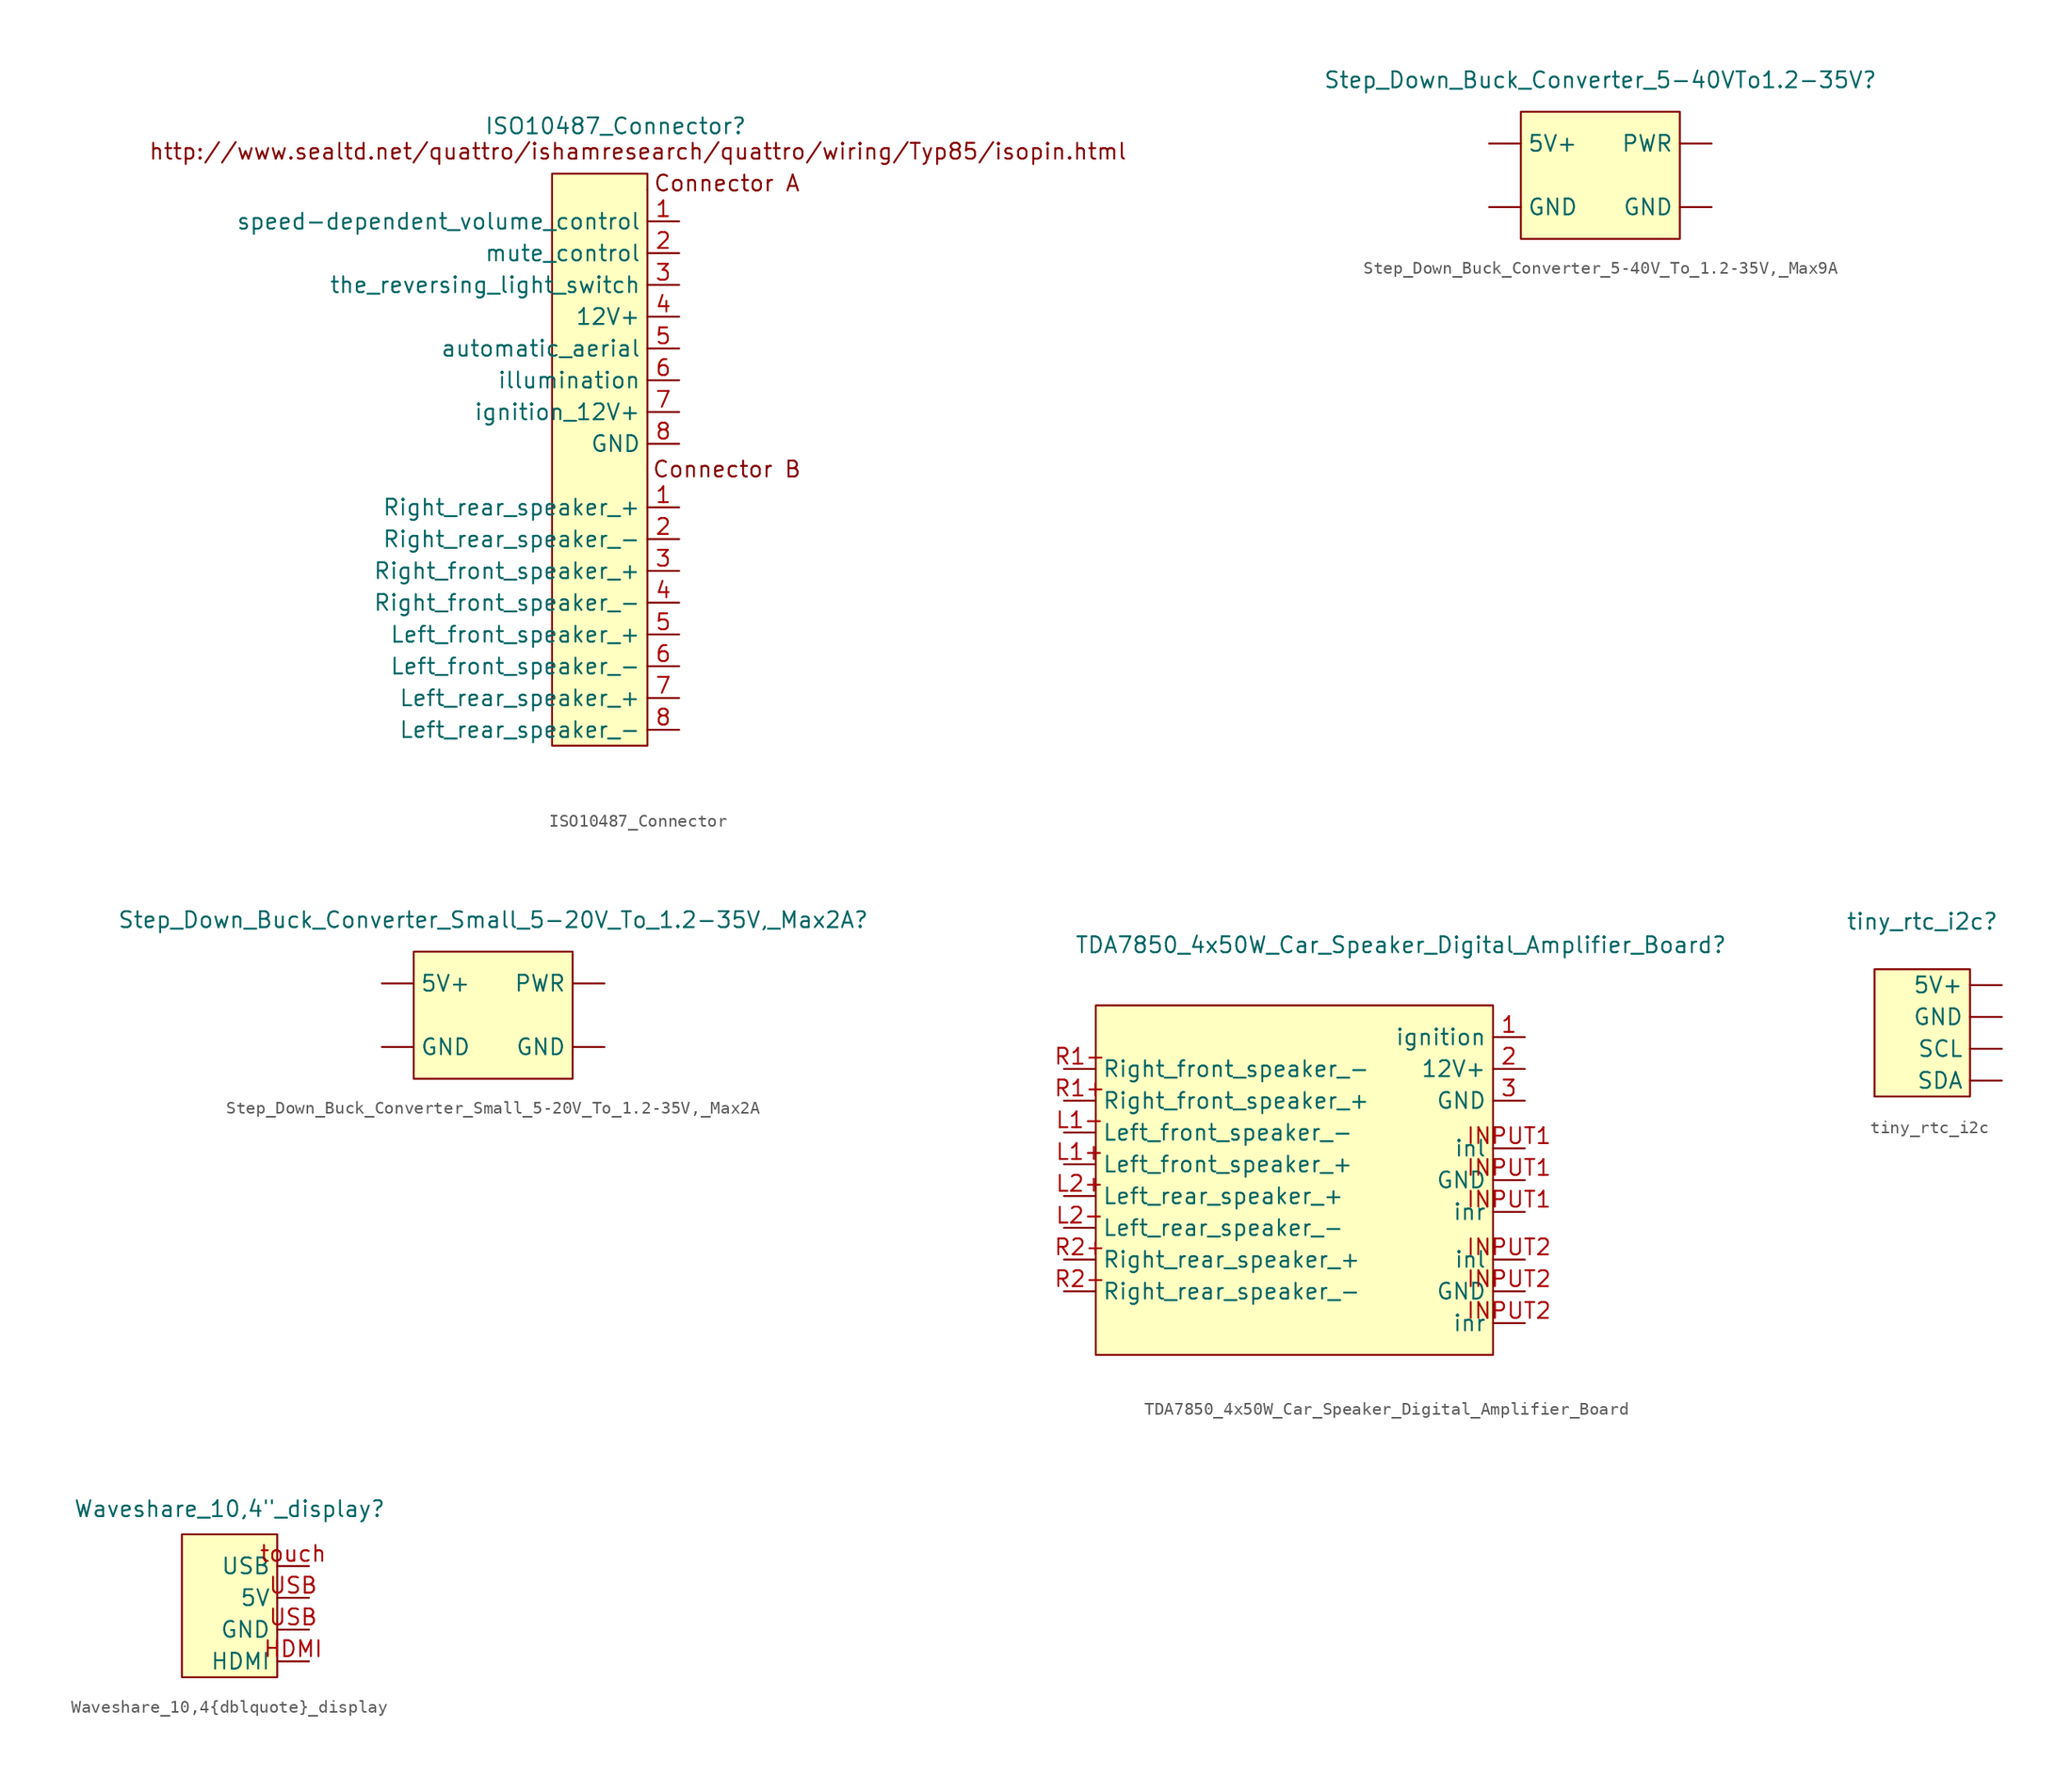
<source format=kicad_sym>
(kicad_symbol_lib
  (version 20231120)
  (generator "kicad_symbol_editor")
  (generator_version "8.0")
  (symbol "ISO10487_Connector"
    (property "Reference" "ISO10487_Connector"
      (at 0 8.89 0)
      (effects (font (size 1.27 1.27))))
    (property "Value" ""
      (at 0 0 0)
      (effects (font (size 1.27 1.27))))
    (symbol "ISO10487_Connector_0_1"
      (rectangle (start 2.54 3.81) (end 2.54 3.81) (stroke (width 0) (type default)) (fill (type none))))
    (symbol "ISO10487_Connector_1_1"
      (rectangle (start -5.08 5.08) (end 2.54 -40.64) (stroke (width 0) (type default)) (fill (type background)))
      (text "Connector A" (at 8.89 4.318 0) (effects (font (size 1.27 1.27))))
      (text "Connector B" (at 8.89 -18.542 0) (effects (font (size 1.27 1.27))))
      (text "http://www.sealtd.net/quattro/ishamresearch/quattro/wiring/Typ85/isopin.html" (at 1.778 6.858 0) (effects (font (size 1.27 1.27))))
      (pin output line (at 5.08 -21.59 180) (length 2.54) (name "Right_rear_speaker_+" (effects (font (size 1.27 1.27)))) (number "1" (effects (font (size 1.27 1.27)))))
      (pin input line (at 5.08 1.27 180) (length 2.54) (name "speed-dependent_volume_control" (effects (font (size 1.27 1.27)))) (number "1" (effects (font (size 1.27 1.27)))))
      (pin output line (at 5.08 -24.13 180) (length 2.54) (name "Right_rear_speaker_-" (effects (font (size 1.27 1.27)))) (number "2" (effects (font (size 1.27 1.27)))))
      (pin input line (at 5.08 -1.27 180) (length 2.54) (name "mute_control" (effects (font (size 1.27 1.27)))) (number "2" (effects (font (size 1.27 1.27)))))
      (pin output line (at 5.08 -26.67 180) (length 2.54) (name "Right_front_speaker_+" (effects (font (size 1.27 1.27)))) (number "3" (effects (font (size 1.27 1.27)))))
      (pin input line (at 5.08 -3.81 180) (length 2.54) (name "the_reversing_light_switch" (effects (font (size 1.27 1.27)))) (number "3" (effects (font (size 1.27 1.27)))))
      (pin power_in line (at 5.08 -6.35 180) (length 2.54) (name "12V+" (effects (font (size 1.27 1.27)))) (number "4" (effects (font (size 1.27 1.27)))))
      (pin output line (at 5.08 -29.21 180) (length 2.54) (name "Right_front_speaker_-" (effects (font (size 1.27 1.27)))) (number "4" (effects (font (size 1.27 1.27)))))
      (pin output line (at 5.08 -31.75 180) (length 2.54) (name "Left_front_speaker_+" (effects (font (size 1.27 1.27)))) (number "5" (effects (font (size 1.27 1.27)))))
      (pin output line (at 5.08 -8.89 180) (length 2.54) (name "automatic_aerial" (effects (font (size 1.27 1.27)))) (number "5" (effects (font (size 1.27 1.27)))))
      (pin output line (at 5.08 -34.29 180) (length 2.54) (name "Left_front_speaker_-" (effects (font (size 1.27 1.27)))) (number "6" (effects (font (size 1.27 1.27)))))
      (pin input line (at 5.08 -11.43 180) (length 2.54) (name "illumination" (effects (font (size 1.27 1.27)))) (number "6" (effects (font (size 1.27 1.27)))))
      (pin output line (at 5.08 -36.83 180) (length 2.54) (name "Left_rear_speaker_+" (effects (font (size 1.27 1.27)))) (number "7" (effects (font (size 1.27 1.27)))))
      (pin power_in line (at 5.08 -13.97 180) (length 2.54) (name "ignition_12V+" (effects (font (size 1.27 1.27)))) (number "7" (effects (font (size 1.27 1.27)))))
      (pin power_in line (at 5.08 -16.51 180) (length 2.54) (name "GND" (effects (font (size 1.27 1.27)))) (number "8" (effects (font (size 1.27 1.27)))))
      (pin output line (at 5.08 -39.37 180) (length 2.54) (name "Left_rear_speaker_-" (effects (font (size 1.27 1.27)))) (number "8" (effects (font (size 1.27 1.27)))))))
  (symbol "Step_Down_Buck_Converter_5-40V_To_1.2-35V,_Max9A"
    (property "Reference" "Step_Down_Buck_Converter_5-40VTo1.2-35V"
      (at 0 6.35 0)
      (effects (font (size 1.27 1.27))))
    (property "Value" ""
      (at 0 0 0)
      (effects (font (size 1.27 1.27))))
    (symbol "Step_Down_Buck_Converter_5-40V_To_1.2-35V,_Max9A_1_1"
      (rectangle (start -6.35 3.81) (end 6.35 -6.35) (stroke (width 0) (type default)) (fill (type background)))
      (pin power_out line (at -8.89 1.27 0) (length 2.54) (name "5V+" (effects (font (size 1.27 1.27)))) (number "" (effects (font (size 1.27 1.27)))))
      (pin power_out line (at -8.89 -3.81 0) (length 2.54) (name "GND" (effects (font (size 1.27 1.27)))) (number "" (effects (font (size 1.27 1.27)))))
      (pin power_in line (at 8.89 -3.81 180) (length 2.54) (name "GND" (effects (font (size 1.27 1.27)))) (number "" (effects (font (size 1.27 1.27)))))
      (pin power_in line (at 8.89 1.27 180) (length 2.54) (name "PWR" (effects (font (size 1.27 1.27)))) (number "" (effects (font (size 1.27 1.27)))))))
  (symbol "Step_Down_Buck_Converter_Small_5-20V_To_1.2-35V,_Max2A"
    (property "Reference" "Step_Down_Buck_Converter_Small_5-20V_To_1.2-35V,_Max2A"
      (at 0 6.35 0)
      (effects (font (size 1.27 1.27))))
    (property "Value" ""
      (at 0 0 0)
      (effects (font (size 1.27 1.27))))
    (symbol "Step_Down_Buck_Converter_Small_5-20V_To_1.2-35V,_Max2A_1_1"
      (rectangle (start -6.35 3.81) (end 6.35 -6.35) (stroke (width 0) (type default)) (fill (type background)))
      (pin power_out line (at -8.89 1.27 0) (length 2.54) (name "5V+" (effects (font (size 1.27 1.27)))) (number "" (effects (font (size 1.27 1.27)))))
      (pin power_out line (at -8.89 -3.81 0) (length 2.54) (name "GND" (effects (font (size 1.27 1.27)))) (number "" (effects (font (size 1.27 1.27)))))
      (pin power_in line (at 8.89 -3.81 180) (length 2.54) (name "GND" (effects (font (size 1.27 1.27)))) (number "" (effects (font (size 1.27 1.27)))))
      (pin power_in line (at 8.89 1.27 180) (length 2.54) (name "PWR" (effects (font (size 1.27 1.27)))) (number "" (effects (font (size 1.27 1.27)))))))
  (symbol "TDA7850_4x50W_Car_Speaker_Digital_Amplifier_Board"
    (property "Reference" "TDA7850_4x50W_Car_Speaker_Digital_Amplifier_Board"
      (at 0.254 9.906 0)
      (effects (font (size 1.27 1.27))))
    (property "Value" ""
      (at 0 0 0)
      (effects (font (size 1.27 1.27))))
    (symbol "TDA7850_4x50W_Car_Speaker_Digital_Amplifier_Board_1_1"
      (rectangle (start -24.13 5.08) (end 7.62 -22.86) (stroke (width 0) (type default)) (fill (type background)))
      (pin power_in line (at 10.16 2.54 180) (length 2.54) (name "ignition" (effects (font (size 1.27 1.27)))) (number "1" (effects (font (size 1.27 1.27)))))
      (pin power_in line (at 10.16 0 180) (length 2.54) (name "12V+" (effects (font (size 1.27 1.27)))) (number "2" (effects (font (size 1.27 1.27)))))
      (pin power_in line (at 10.16 -2.54 180) (length 2.54) (name "GND" (effects (font (size 1.27 1.27)))) (number "3" (effects (font (size 1.27 1.27)))))
      (pin input line (at 10.16 -8.89 180) (length 2.54) (name "GND" (effects (font (size 1.27 1.27)))) (number "INPUT1" (effects (font (size 1.27 1.27)))))
      (pin input line (at 10.16 -6.35 180) (length 2.54) (name "inl" (effects (font (size 1.27 1.27)))) (number "INPUT1" (effects (font (size 1.27 1.27)))))
      (pin input line (at 10.16 -11.43 180) (length 2.54) (name "inr" (effects (font (size 1.27 1.27)))) (number "INPUT1" (effects (font (size 1.27 1.27)))))
      (pin input line (at 10.16 -17.78 180) (length 2.54) (name "GND" (effects (font (size 1.27 1.27)))) (number "INPUT2" (effects (font (size 1.27 1.27)))))
      (pin input line (at 10.16 -15.24 180) (length 2.54) (name "inl" (effects (font (size 1.27 1.27)))) (number "INPUT2" (effects (font (size 1.27 1.27)))))
      (pin input line (at 10.16 -20.32 180) (length 2.54) (name "inr" (effects (font (size 1.27 1.27)))) (number "INPUT2" (effects (font (size 1.27 1.27)))))
      (pin output line (at -26.67 -7.62 0) (length 2.54) (name "Left_front_speaker_+" (effects (font (size 1.27 1.27)))) (number "L1+" (effects (font (size 1.27 1.27)))))
      (pin output line (at -26.67 -5.08 0) (length 2.54) (name "Left_front_speaker_-" (effects (font (size 1.27 1.27)))) (number "L1-" (effects (font (size 1.27 1.27)))))
      (pin output line (at -26.67 -10.16 0) (length 2.54) (name "Left_rear_speaker_+" (effects (font (size 1.27 1.27)))) (number "L2+" (effects (font (size 1.27 1.27)))))
      (pin output line (at -26.67 -12.7 0) (length 2.54) (name "Left_rear_speaker_-" (effects (font (size 1.27 1.27)))) (number "L2-" (effects (font (size 1.27 1.27)))))
      (pin output line (at -26.67 -2.54 0) (length 2.54) (name "Right_front_speaker_+" (effects (font (size 1.27 1.27)))) (number "R1+" (effects (font (size 1.27 1.27)))))
      (pin output line (at -26.67 0 0) (length 2.54) (name "Right_front_speaker_-" (effects (font (size 1.27 1.27)))) (number "R1-" (effects (font (size 1.27 1.27)))))
      (pin output line (at -26.67 -15.24 0) (length 2.54) (name "Right_rear_speaker_+" (effects (font (size 1.27 1.27)))) (number "R2+" (effects (font (size 1.27 1.27)))))
      (pin output line (at -26.67 -17.78 0) (length 2.54) (name "Right_rear_speaker_-" (effects (font (size 1.27 1.27)))) (number "R2-" (effects (font (size 1.27 1.27)))))))
  (symbol "tiny_rtc_i2c"
    (property "Reference" "tiny_rtc_i2c"
      (at 0 7.62 0)
      (effects (font (size 1.27 1.27))))
    (property "Value" ""
      (at 0 0 0)
      (effects (font (size 1.27 1.27))))
    (symbol "tiny_rtc_i2c_1_1"
      (rectangle (start -3.81 3.81) (end 3.81 -6.35) (stroke (width 0) (type default)) (fill (type background)))
      (pin power_in line (at 6.35 2.54 180) (length 2.54) (name "5V+" (effects (font (size 1.27 1.27)))) (number "" (effects (font (size 1.27 1.27)))))
      (pin power_in line (at 6.35 0 180) (length 2.54) (name "GND" (effects (font (size 1.27 1.27)))) (number "" (effects (font (size 1.27 1.27)))))
      (pin output line (at 6.35 -2.54 180) (length 2.54) (name "SCL" (effects (font (size 1.27 1.27)))) (number "" (effects (font (size 1.27 1.27)))))
      (pin output line (at 6.35 -5.08 180) (length 2.54) (name "SDA" (effects (font (size 1.27 1.27)))) (number "" (effects (font (size 1.27 1.27)))))))
  (symbol "Waveshare_10,4{dblquote}_display"
    (property "Reference" "Waveshare_10,4\"_display"
      (at 0 7.112 0)
      (effects (font (size 1.27 1.27))))
    (property "Value" ""
      (at 0 0 0)
      (effects (font (size 1.27 1.27))))
    (symbol "Waveshare_10,4{dblquote}_display_1_1"
      (rectangle (start -3.81 5.08) (end 3.81 -6.35) (stroke (width 0) (type solid)) (fill (type background)))
      (pin input line (at 6.35 -5.08 180) (length 2.54) (name "HDMI" (effects (font (size 1.27 1.27)))) (number "HDMI" (effects (font (size 1.27 1.27)))))
      (pin power_in line (at 6.35 0 180) (length 2.54) (name "5V" (effects (font (size 1.27 1.27)))) (number "USB" (effects (font (size 1.27 1.27)))))
      (pin power_in line (at 6.35 -2.54 180) (length 2.54) (name "GND" (effects (font (size 1.27 1.27)))) (number "USB" (effects (font (size 1.27 1.27)))))
      (pin output line (at 6.35 2.54 180) (length 2.54) (name "USB" (effects (font (size 1.27 1.27)))) (number "touch" (effects (font (size 1.27 1.27))))))))
</source>
